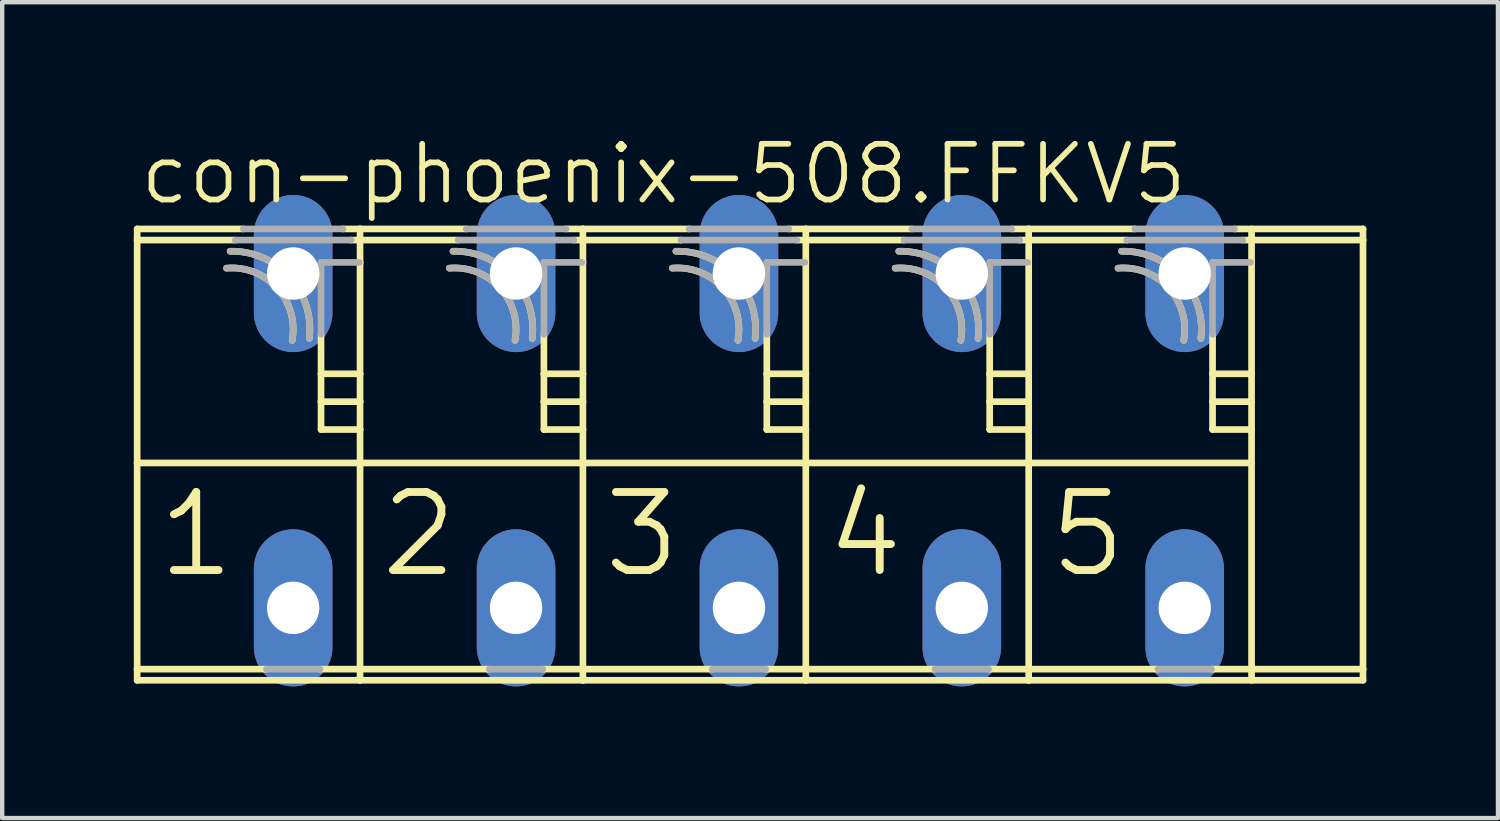
<source format=kicad_pcb>
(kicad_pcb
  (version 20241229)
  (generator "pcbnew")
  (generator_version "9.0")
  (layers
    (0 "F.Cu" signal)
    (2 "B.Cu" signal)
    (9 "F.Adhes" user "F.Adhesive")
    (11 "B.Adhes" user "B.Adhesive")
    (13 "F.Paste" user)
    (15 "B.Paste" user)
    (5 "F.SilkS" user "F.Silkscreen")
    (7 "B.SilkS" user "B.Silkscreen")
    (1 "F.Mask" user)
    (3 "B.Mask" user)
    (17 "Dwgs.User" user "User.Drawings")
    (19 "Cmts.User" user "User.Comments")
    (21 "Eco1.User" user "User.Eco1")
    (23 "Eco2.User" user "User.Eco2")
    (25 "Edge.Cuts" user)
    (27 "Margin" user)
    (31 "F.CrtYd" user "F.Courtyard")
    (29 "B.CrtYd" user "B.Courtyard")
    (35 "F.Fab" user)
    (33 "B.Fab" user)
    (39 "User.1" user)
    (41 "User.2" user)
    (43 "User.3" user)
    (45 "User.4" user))
  (footprint "con-phoenix-508.FFKV5"
    (layer "F.Cu")
    (at 13.792 6.994)
    (property "Reference" "con-phoenix-508.FFKV5" (at -13.716 -5.334 0) (layer "F.SilkS") (effects (font (size 1.27 1.27) (thickness 0.13)) (justify left bottom)))
    (attr through_hole)
    (fp_line (start -13.716 -4.572) (end -13.716 -4.826) (stroke (width 0.152) (type default)) (layer "F.SilkS"))
    (fp_line (start -13.716 -4.572) (end -11.48 -4.572) (stroke (width 0.152) (type default)) (layer "F.SilkS"))
    (fp_line (start -13.716 0.508) (end -13.716 -4.572) (stroke (width 0.152) (type default)) (layer "F.SilkS"))
    (fp_line (start -13.716 0.508) (end -8.636 0.508) (stroke (width 0.152) (type default)) (layer "F.SilkS"))
    (fp_line (start -13.716 5.207) (end -13.716 0.508) (stroke (width 0.152) (type default)) (layer "F.SilkS"))
    (fp_line (start -13.716 5.207) (end -10.769 5.207) (stroke (width 0.152) (type default)) (layer "F.SilkS"))
    (fp_line (start -13.716 5.461) (end -13.716 5.207) (stroke (width 0.152) (type default)) (layer "F.SilkS"))
    (fp_line (start -11.296 -4.826) (end -13.716 -4.826) (stroke (width 0.152) (type default)) (layer "F.SilkS"))
    (fp_line (start -9.551 5.207) (end -8.636 5.207) (stroke (width 0.152) (type default)) (layer "F.SilkS"))
    (fp_line (start -9.525 -1.524) (end -9.525 -2.425) (stroke (width 0.152) (type default)) (layer "F.SilkS"))
    (fp_line (start -9.525 -0.889) (end -9.525 -1.524) (stroke (width 0.152) (type default)) (layer "F.SilkS"))
    (fp_line (start -9.525 -0.254) (end -9.525 -0.889) (stroke (width 0.152) (type default)) (layer "F.SilkS"))
    (fp_line (start -8.84 -4.572) (end -8.636 -4.572) (stroke (width 0.152) (type default)) (layer "F.SilkS"))
    (fp_line (start -8.657 -4.064) (end -8.636 -4.064) (stroke (width 0.152) (type default)) (layer "F.SilkS"))
    (fp_line (start -8.636 -4.826) (end -9.024 -4.826) (stroke (width 0.152) (type default)) (layer "F.SilkS"))
    (fp_line (start -8.636 -4.572) (end -8.636 -4.826) (stroke (width 0.152) (type default)) (layer "F.SilkS"))
    (fp_line (start -8.636 -4.572) (end -6.4 -4.572) (stroke (width 0.152) (type default)) (layer "F.SilkS"))
    (fp_line (start -8.636 -4.064) (end -8.636 -4.572) (stroke (width 0.152) (type default)) (layer "F.SilkS"))
    (fp_line (start -8.636 -1.524) (end -9.525 -1.524) (stroke (width 0.152) (type default)) (layer "F.SilkS"))
    (fp_line (start -8.636 -1.524) (end -8.636 -4.064) (stroke (width 0.152) (type default)) (layer "F.SilkS"))
    (fp_line (start -8.636 -0.889) (end -9.525 -0.889) (stroke (width 0.152) (type default)) (layer "F.SilkS"))
    (fp_line (start -8.636 -0.889) (end -8.636 -1.524) (stroke (width 0.152) (type default)) (layer "F.SilkS"))
    (fp_line (start -8.636 -0.254) (end -9.525 -0.254) (stroke (width 0.152) (type default)) (layer "F.SilkS"))
    (fp_line (start -8.636 -0.254) (end -8.636 -0.889) (stroke (width 0.152) (type default)) (layer "F.SilkS"))
    (fp_line (start -8.636 0.508) (end -8.636 -0.254) (stroke (width 0.152) (type default)) (layer "F.SilkS"))
    (fp_line (start -8.636 0.508) (end -3.556 0.508) (stroke (width 0.152) (type default)) (layer "F.SilkS"))
    (fp_line (start -8.636 5.207) (end -8.636 0.508) (stroke (width 0.152) (type default)) (layer "F.SilkS"))
    (fp_line (start -8.636 5.207) (end -5.689 5.207) (stroke (width 0.152) (type default)) (layer "F.SilkS"))
    (fp_line (start -8.636 5.461) (end -13.716 5.461) (stroke (width 0.152) (type default)) (layer "F.SilkS"))
    (fp_line (start -8.636 5.461) (end -8.636 5.207) (stroke (width 0.152) (type default)) (layer "F.SilkS"))
    (fp_line (start -6.216 -4.826) (end -8.636 -4.826) (stroke (width 0.152) (type default)) (layer "F.SilkS"))
    (fp_line (start -4.471 5.207) (end -3.556 5.207) (stroke (width 0.152) (type default)) (layer "F.SilkS"))
    (fp_line (start -4.445 -1.524) (end -4.445 -2.425) (stroke (width 0.152) (type default)) (layer "F.SilkS"))
    (fp_line (start -4.445 -0.889) (end -4.445 -1.524) (stroke (width 0.152) (type default)) (layer "F.SilkS"))
    (fp_line (start -4.445 -0.254) (end -4.445 -0.889) (stroke (width 0.152) (type default)) (layer "F.SilkS"))
    (fp_line (start -3.76 -4.572) (end -3.556 -4.572) (stroke (width 0.152) (type default)) (layer "F.SilkS"))
    (fp_line (start -3.577 -4.064) (end -3.556 -4.064) (stroke (width 0.152) (type default)) (layer "F.SilkS"))
    (fp_line (start -3.556 -4.826) (end -3.944 -4.826) (stroke (width 0.152) (type default)) (layer "F.SilkS"))
    (fp_line (start -3.556 -4.572) (end -3.556 -4.826) (stroke (width 0.152) (type default)) (layer "F.SilkS"))
    (fp_line (start -3.556 -4.572) (end -1.32 -4.572) (stroke (width 0.152) (type default)) (layer "F.SilkS"))
    (fp_line (start -3.556 -4.064) (end -3.556 -4.572) (stroke (width 0.152) (type default)) (layer "F.SilkS"))
    (fp_line (start -3.556 -1.524) (end -4.445 -1.524) (stroke (width 0.152) (type default)) (layer "F.SilkS"))
    (fp_line (start -3.556 -1.524) (end -3.556 -4.064) (stroke (width 0.152) (type default)) (layer "F.SilkS"))
    (fp_line (start -3.556 -0.889) (end -4.445 -0.889) (stroke (width 0.152) (type default)) (layer "F.SilkS"))
    (fp_line (start -3.556 -0.889) (end -3.556 -1.524) (stroke (width 0.152) (type default)) (layer "F.SilkS"))
    (fp_line (start -3.556 -0.254) (end -4.445 -0.254) (stroke (width 0.152) (type default)) (layer "F.SilkS"))
    (fp_line (start -3.556 -0.254) (end -3.556 -0.889) (stroke (width 0.152) (type default)) (layer "F.SilkS"))
    (fp_line (start -3.556 0.508) (end -3.556 -0.254) (stroke (width 0.152) (type default)) (layer "F.SilkS"))
    (fp_line (start -3.556 0.508) (end 1.524 0.508) (stroke (width 0.152) (type default)) (layer "F.SilkS"))
    (fp_line (start -3.556 5.207) (end -3.556 0.508) (stroke (width 0.152) (type default)) (layer "F.SilkS"))
    (fp_line (start -3.556 5.207) (end -0.609 5.207) (stroke (width 0.152) (type default)) (layer "F.SilkS"))
    (fp_line (start -3.556 5.461) (end -8.636 5.461) (stroke (width 0.152) (type default)) (layer "F.SilkS"))
    (fp_line (start -3.556 5.461) (end -3.556 5.207) (stroke (width 0.152) (type default)) (layer "F.SilkS"))
    (fp_line (start -1.136 -4.826) (end -3.556 -4.826) (stroke (width 0.152) (type default)) (layer "F.SilkS"))
    (fp_line (start 0.609 5.207) (end 1.524 5.207) (stroke (width 0.152) (type default)) (layer "F.SilkS"))
    (fp_line (start 0.635 -1.524) (end 0.635 -2.425) (stroke (width 0.152) (type default)) (layer "F.SilkS"))
    (fp_line (start 0.635 -0.889) (end 0.635 -1.524) (stroke (width 0.152) (type default)) (layer "F.SilkS"))
    (fp_line (start 0.635 -0.254) (end 0.635 -0.889) (stroke (width 0.152) (type default)) (layer "F.SilkS"))
    (fp_line (start 1.32 -4.572) (end 1.524 -4.572) (stroke (width 0.152) (type default)) (layer "F.SilkS"))
    (fp_line (start 1.503 -4.064) (end 1.524 -4.064) (stroke (width 0.152) (type default)) (layer "F.SilkS"))
    (fp_line (start 1.524 -4.826) (end 1.136 -4.826) (stroke (width 0.152) (type default)) (layer "F.SilkS"))
    (fp_line (start 1.524 -4.572) (end 1.524 -4.826) (stroke (width 0.152) (type default)) (layer "F.SilkS"))
    (fp_line (start 1.524 -4.572) (end 3.76 -4.572) (stroke (width 0.152) (type default)) (layer "F.SilkS"))
    (fp_line (start 1.524 -4.064) (end 1.524 -4.572) (stroke (width 0.152) (type default)) (layer "F.SilkS"))
    (fp_line (start 1.524 -1.524) (end 0.635 -1.524) (stroke (width 0.152) (type default)) (layer "F.SilkS"))
    (fp_line (start 1.524 -1.524) (end 1.524 -4.064) (stroke (width 0.152) (type default)) (layer "F.SilkS"))
    (fp_line (start 1.524 -0.889) (end 0.635 -0.889) (stroke (width 0.152) (type default)) (layer "F.SilkS"))
    (fp_line (start 1.524 -0.889) (end 1.524 -1.524) (stroke (width 0.152) (type default)) (layer "F.SilkS"))
    (fp_line (start 1.524 -0.254) (end 0.635 -0.254) (stroke (width 0.152) (type default)) (layer "F.SilkS"))
    (fp_line (start 1.524 -0.254) (end 1.524 -0.889) (stroke (width 0.152) (type default)) (layer "F.SilkS"))
    (fp_line (start 1.524 0.508) (end 1.524 -0.254) (stroke (width 0.152) (type default)) (layer "F.SilkS"))
    (fp_line (start 1.524 0.508) (end 6.604 0.508) (stroke (width 0.152) (type default)) (layer "F.SilkS"))
    (fp_line (start 1.524 5.207) (end 1.524 0.508) (stroke (width 0.152) (type default)) (layer "F.SilkS"))
    (fp_line (start 1.524 5.207) (end 4.471 5.207) (stroke (width 0.152) (type default)) (layer "F.SilkS"))
    (fp_line (start 1.524 5.461) (end -3.556 5.461) (stroke (width 0.152) (type default)) (layer "F.SilkS"))
    (fp_line (start 1.524 5.461) (end 1.524 5.207) (stroke (width 0.152) (type default)) (layer "F.SilkS"))
    (fp_line (start 3.944 -4.826) (end 1.524 -4.826) (stroke (width 0.152) (type default)) (layer "F.SilkS"))
    (fp_line (start 5.689 5.207) (end 6.604 5.207) (stroke (width 0.152) (type default)) (layer "F.SilkS"))
    (fp_line (start 5.715 -1.524) (end 5.715 -2.425) (stroke (width 0.152) (type default)) (layer "F.SilkS"))
    (fp_line (start 5.715 -0.889) (end 5.715 -1.524) (stroke (width 0.152) (type default)) (layer "F.SilkS"))
    (fp_line (start 5.715 -0.254) (end 5.715 -0.889) (stroke (width 0.152) (type default)) (layer "F.SilkS"))
    (fp_line (start 6.4 -4.572) (end 6.604 -4.572) (stroke (width 0.152) (type default)) (layer "F.SilkS"))
    (fp_line (start 6.583 -4.064) (end 6.604 -4.064) (stroke (width 0.152) (type default)) (layer "F.SilkS"))
    (fp_line (start 6.604 -4.826) (end 6.216 -4.826) (stroke (width 0.152) (type default)) (layer "F.SilkS"))
    (fp_line (start 6.604 -4.572) (end 6.604 -4.826) (stroke (width 0.152) (type default)) (layer "F.SilkS"))
    (fp_line (start 6.604 -4.572) (end 8.84 -4.572) (stroke (width 0.152) (type default)) (layer "F.SilkS"))
    (fp_line (start 6.604 -4.064) (end 6.604 -4.572) (stroke (width 0.152) (type default)) (layer "F.SilkS"))
    (fp_line (start 6.604 -1.524) (end 5.715 -1.524) (stroke (width 0.152) (type default)) (layer "F.SilkS"))
    (fp_line (start 6.604 -0.889) (end 5.715 -0.889) (stroke (width 0.152) (type default)) (layer "F.SilkS"))
    (fp_line (start 6.604 -0.254) (end 5.715 -0.254) (stroke (width 0.152) (type default)) (layer "F.SilkS"))
    (fp_line (start 6.604 0.508) (end 6.604 -4.064) (stroke (width 0.152) (type default)) (layer "F.SilkS"))
    (fp_line (start 6.604 0.508) (end 11.684 0.508) (stroke (width 0.152) (type default)) (layer "F.SilkS"))
    (fp_line (start 6.604 5.207) (end 6.604 0.508) (stroke (width 0.152) (type default)) (layer "F.SilkS"))
    (fp_line (start 6.604 5.207) (end 9.551 5.207) (stroke (width 0.152) (type default)) (layer "F.SilkS"))
    (fp_line (start 6.604 5.461) (end 1.524 5.461) (stroke (width 0.152) (type default)) (layer "F.SilkS"))
    (fp_line (start 6.604 5.461) (end 6.604 5.207) (stroke (width 0.152) (type default)) (layer "F.SilkS"))
    (fp_line (start 9.024 -4.826) (end 6.604 -4.826) (stroke (width 0.152) (type default)) (layer "F.SilkS"))
    (fp_line (start 10.795 -1.524) (end 10.795 -2.425) (stroke (width 0.152) (type default)) (layer "F.SilkS"))
    (fp_line (start 10.795 -0.889) (end 10.795 -1.524) (stroke (width 0.152) (type default)) (layer "F.SilkS"))
    (fp_line (start 10.795 -0.254) (end 10.795 -0.889) (stroke (width 0.152) (type default)) (layer "F.SilkS"))
    (fp_line (start 11.663 -4.064) (end 11.684 -4.064) (stroke (width 0.152) (type default)) (layer "F.SilkS"))
    (fp_line (start 11.684 -4.064) (end 11.684 -4.826) (stroke (width 0.152) (type default)) (layer "F.SilkS"))
    (fp_line (start 11.684 -1.524) (end 10.795 -1.524) (stroke (width 0.152) (type default)) (layer "F.SilkS"))
    (fp_line (start 11.684 -1.524) (end 11.684 -4.064) (stroke (width 0.152) (type default)) (layer "F.SilkS"))
    (fp_line (start 11.684 -0.889) (end 10.795 -0.889) (stroke (width 0.152) (type default)) (layer "F.SilkS"))
    (fp_line (start 11.684 -0.889) (end 11.684 -1.524) (stroke (width 0.152) (type default)) (layer "F.SilkS"))
    (fp_line (start 11.684 -0.254) (end 10.795 -0.254) (stroke (width 0.152) (type default)) (layer "F.SilkS"))
    (fp_line (start 11.684 -0.254) (end 11.684 -0.889) (stroke (width 0.152) (type default)) (layer "F.SilkS"))
    (fp_line (start 11.684 0.508) (end 11.684 -0.254) (stroke (width 0.152) (type default)) (layer "F.SilkS"))
    (fp_line (start 11.684 5.461) (end 11.684 0.508) (stroke (width 0.152) (type default)) (layer "F.SilkS"))
    (fp_line (start 14.224 -4.826) (end 11.296 -4.826) (stroke (width 0.152) (type default)) (layer "F.SilkS"))
    (fp_line (start 14.224 -4.572) (end 11.48 -4.572) (stroke (width 0.152) (type default)) (layer "F.SilkS"))
    (fp_line (start 14.224 -4.572) (end 14.224 -4.826) (stroke (width 0.152) (type default)) (layer "F.SilkS"))
    (fp_line (start 14.224 5.207) (end 10.769 5.207) (stroke (width 0.152) (type default)) (layer "F.SilkS"))
    (fp_line (start 14.224 5.207) (end 14.224 -4.572) (stroke (width 0.152) (type default)) (layer "F.SilkS"))
    (fp_line (start 14.224 5.461) (end 6.604 5.461) (stroke (width 0.152) (type default)) (layer "F.SilkS"))
    (fp_line (start 14.224 5.461) (end 14.224 5.207) (stroke (width 0.152) (type default)) (layer "F.SilkS"))
    (fp_arc (start -11.6792 -3.9317) (mid -10.523175 -3.479821) (end -10.1828 -2.2862) (stroke (width 0.1524) (type default)) (layer "F.SilkS"))
    (fp_arc (start -11.5969 -4.3175) (mid -10.241183 -3.735951) (end -9.7908 -2.3312) (stroke (width 0.1524) (type default)) (layer "F.SilkS"))
    (fp_arc (start -6.5992 -3.9317) (mid -5.443175 -3.479821) (end -5.1028 -2.2862) (stroke (width 0.1524) (type default)) (layer "F.SilkS"))
    (fp_arc (start -6.5169 -4.3175) (mid -5.161183 -3.735951) (end -4.7108 -2.3312) (stroke (width 0.1524) (type default)) (layer "F.SilkS"))
    (fp_arc (start -1.5192 -3.9317) (mid -0.363175 -3.479821) (end -0.0228 -2.2862) (stroke (width 0.1524) (type default)) (layer "F.SilkS"))
    (fp_arc (start -1.4369 -4.3175) (mid -0.081183 -3.735951) (end 0.3692 -2.3312) (stroke (width 0.1524) (type default)) (layer "F.SilkS"))
    (fp_arc (start 3.5608 -3.9317) (mid 4.716825 -3.479821) (end 5.0572 -2.2862) (stroke (width 0.1524) (type default)) (layer "F.SilkS"))
    (fp_arc (start 3.6431 -4.3175) (mid 4.998817 -3.735951) (end 5.4492 -2.3312) (stroke (width 0.1524) (type default)) (layer "F.SilkS"))
    (fp_arc (start 8.6408 -3.9317) (mid 9.796825 -3.479821) (end 10.1372 -2.2862) (stroke (width 0.1524) (type default)) (layer "F.SilkS"))
    (fp_arc (start 8.7231 -4.3175) (mid 10.078817 -3.735951) (end 10.5292 -2.3312) (stroke (width 0.1524) (type default)) (layer "F.SilkS"))
    (fp_line (start -11.48 -4.572) (end -8.84 -4.572) (stroke (width 0.152) (type default)) (layer "F.Fab"))
    (fp_line (start -10.769 5.207) (end -9.551 5.207) (stroke (width 0.152) (type default)) (layer "F.Fab"))
    (fp_line (start -9.525 -4.064) (end -8.657 -4.064) (stroke (width 0.152) (type default)) (layer "F.Fab"))
    (fp_line (start -9.525 -2.425) (end -9.525 -4.064) (stroke (width 0.152) (type default)) (layer "F.Fab"))
    (fp_line (start -9.024 -4.826) (end -11.296 -4.826) (stroke (width 0.152) (type default)) (layer "F.Fab"))
    (fp_line (start -6.4 -4.572) (end -3.76 -4.572) (stroke (width 0.152) (type default)) (layer "F.Fab"))
    (fp_line (start -5.689 5.207) (end -4.471 5.207) (stroke (width 0.152) (type default)) (layer "F.Fab"))
    (fp_line (start -4.445 -4.064) (end -3.577 -4.064) (stroke (width 0.152) (type default)) (layer "F.Fab"))
    (fp_line (start -4.445 -2.425) (end -4.445 -4.064) (stroke (width 0.152) (type default)) (layer "F.Fab"))
    (fp_line (start -3.944 -4.826) (end -6.216 -4.826) (stroke (width 0.152) (type default)) (layer "F.Fab"))
    (fp_line (start -1.32 -4.572) (end 1.32 -4.572) (stroke (width 0.152) (type default)) (layer "F.Fab"))
    (fp_line (start -0.609 5.207) (end 0.609 5.207) (stroke (width 0.152) (type default)) (layer "F.Fab"))
    (fp_line (start 0.635 -4.064) (end 1.503 -4.064) (stroke (width 0.152) (type default)) (layer "F.Fab"))
    (fp_line (start 0.635 -2.425) (end 0.635 -4.064) (stroke (width 0.152) (type default)) (layer "F.Fab"))
    (fp_line (start 1.136 -4.826) (end -1.136 -4.826) (stroke (width 0.152) (type default)) (layer "F.Fab"))
    (fp_line (start 3.76 -4.572) (end 6.4 -4.572) (stroke (width 0.152) (type default)) (layer "F.Fab"))
    (fp_line (start 4.471 5.207) (end 5.689 5.207) (stroke (width 0.152) (type default)) (layer "F.Fab"))
    (fp_line (start 5.715 -4.064) (end 6.583 -4.064) (stroke (width 0.152) (type default)) (layer "F.Fab"))
    (fp_line (start 5.715 -2.425) (end 5.715 -4.064) (stroke (width 0.152) (type default)) (layer "F.Fab"))
    (fp_line (start 6.216 -4.826) (end 3.944 -4.826) (stroke (width 0.152) (type default)) (layer "F.Fab"))
    (fp_line (start 8.84 -4.572) (end 11.48 -4.572) (stroke (width 0.152) (type default)) (layer "F.Fab"))
    (fp_line (start 9.551 5.207) (end 10.769 5.207) (stroke (width 0.152) (type default)) (layer "F.Fab"))
    (fp_line (start 10.795 -4.064) (end 11.663 -4.064) (stroke (width 0.152) (type default)) (layer "F.Fab"))
    (fp_line (start 10.795 -2.425) (end 10.795 -4.064) (stroke (width 0.152) (type default)) (layer "F.Fab"))
    (fp_line (start 11.296 -4.826) (end 9.024 -4.826) (stroke (width 0.152) (type default)) (layer "F.Fab"))
    (fp_arc (start -11.6792 -3.9317) (mid -10.523306 -3.479837) (end -10.1831 -2.2863) (stroke (width 0.1524) (type default)) (layer "F.Fab"))
    (fp_arc (start -11.5969 -4.3175) (mid -10.241248 -3.735936) (end -9.791 -2.3312) (stroke (width 0.1524) (type default)) (layer "F.Fab"))
    (fp_arc (start -6.5992 -3.9317) (mid -5.443306 -3.479837) (end -5.1031 -2.2863) (stroke (width 0.1524) (type default)) (layer "F.Fab"))
    (fp_arc (start -6.5169 -4.3175) (mid -5.161248 -3.735936) (end -4.711 -2.3312) (stroke (width 0.1524) (type default)) (layer "F.Fab"))
    (fp_arc (start -1.5192 -3.9317) (mid -0.363306 -3.479837) (end -0.0231 -2.2863) (stroke (width 0.1524) (type default)) (layer "F.Fab"))
    (fp_arc (start -1.4369 -4.3175) (mid -0.081248 -3.735936) (end 0.369 -2.3312) (stroke (width 0.1524) (type default)) (layer "F.Fab"))
    (fp_arc (start 3.5608 -3.9317) (mid 4.716694 -3.479837) (end 5.0569 -2.2863) (stroke (width 0.1524) (type default)) (layer "F.Fab"))
    (fp_arc (start 3.6431 -4.3175) (mid 4.998752 -3.735936) (end 5.449 -2.3312) (stroke (width 0.1524) (type default)) (layer "F.Fab"))
    (fp_arc (start 8.6408 -3.9317) (mid 9.796694 -3.479837) (end 10.1369 -2.2863) (stroke (width 0.1524) (type default)) (layer "F.Fab"))
    (fp_arc (start 8.7231 -4.3175) (mid 10.078752 -3.735936) (end 10.529 -2.3312) (stroke (width 0.1524) (type default)) (layer "F.Fab"))
    (fp_text user "3" (at -3.175 3.175 0) (layer "F.SilkS") (effects (font (size 1.778 1.778) (thickness 0.18)) (justify left bottom)))
    (fp_text user "5" (at 6.985 3.175 0) (layer "F.SilkS") (effects (font (size 1.778 1.778) (thickness 0.18)) (justify left bottom)))
    (fp_text user "2" (at -8.255 3.175 0) (layer "F.SilkS") (effects (font (size 1.778 1.778) (thickness 0.18)) (justify left bottom)))
    (fp_text user "4" (at 1.905 3.175 0) (layer "F.SilkS") (effects (font (size 1.778 1.778) (thickness 0.18)) (justify left bottom)))
    (fp_text user "1" (at -13.335 3.175 0) (layer "F.SilkS") (effects (font (size 1.778 1.778) (thickness 0.18)) (justify left bottom)))
    (pad "1" thru_hole oval (at -10.16 3.81 90) (size 3.581 1.791) (drill 1.194) (layers "*.Cu" "*.Mask"))
    (pad "1A" thru_hole oval (at -10.16 -3.81 90) (size 3.581 1.791) (drill 1.194) (layers "*.Cu" "*.Mask"))
    (pad "2" thru_hole oval (at -5.08 3.81 90) (size 3.581 1.791) (drill 1.194) (layers "*.Cu" "*.Mask"))
    (pad "2A" thru_hole oval (at -5.08 -3.81 90) (size 3.581 1.791) (drill 1.194) (layers "*.Cu" "*.Mask"))
    (pad "3" thru_hole oval (at 0 3.81 90) (size 3.581 1.791) (drill 1.194) (layers "*.Cu" "*.Mask"))
    (pad "3A" thru_hole oval (at 0 -3.81 90) (size 3.581 1.791) (drill 1.194) (layers "*.Cu" "*.Mask"))
    (pad "4" thru_hole oval (at 5.08 3.81 90) (size 3.581 1.791) (drill 1.194) (layers "*.Cu" "*.Mask"))
    (pad "4A" thru_hole oval (at 5.08 -3.81 90) (size 3.581 1.791) (drill 1.194) (layers "*.Cu" "*.Mask"))
    (pad "5" thru_hole oval (at 10.16 3.81 90) (size 3.581 1.791) (drill 1.194) (layers "*.Cu" "*.Mask"))
    (pad "5A" thru_hole oval (at 10.16 -3.81 90) (size 3.581 1.791) (drill 1.194) (layers "*.Cu" "*.Mask")))
  (gr_rect
    (start -3 -3)
    (end 31.092 15.595)
    (stroke (width 0.1) (type default))
    (fill no)
    (layer "Edge.Cuts")))
</source>
